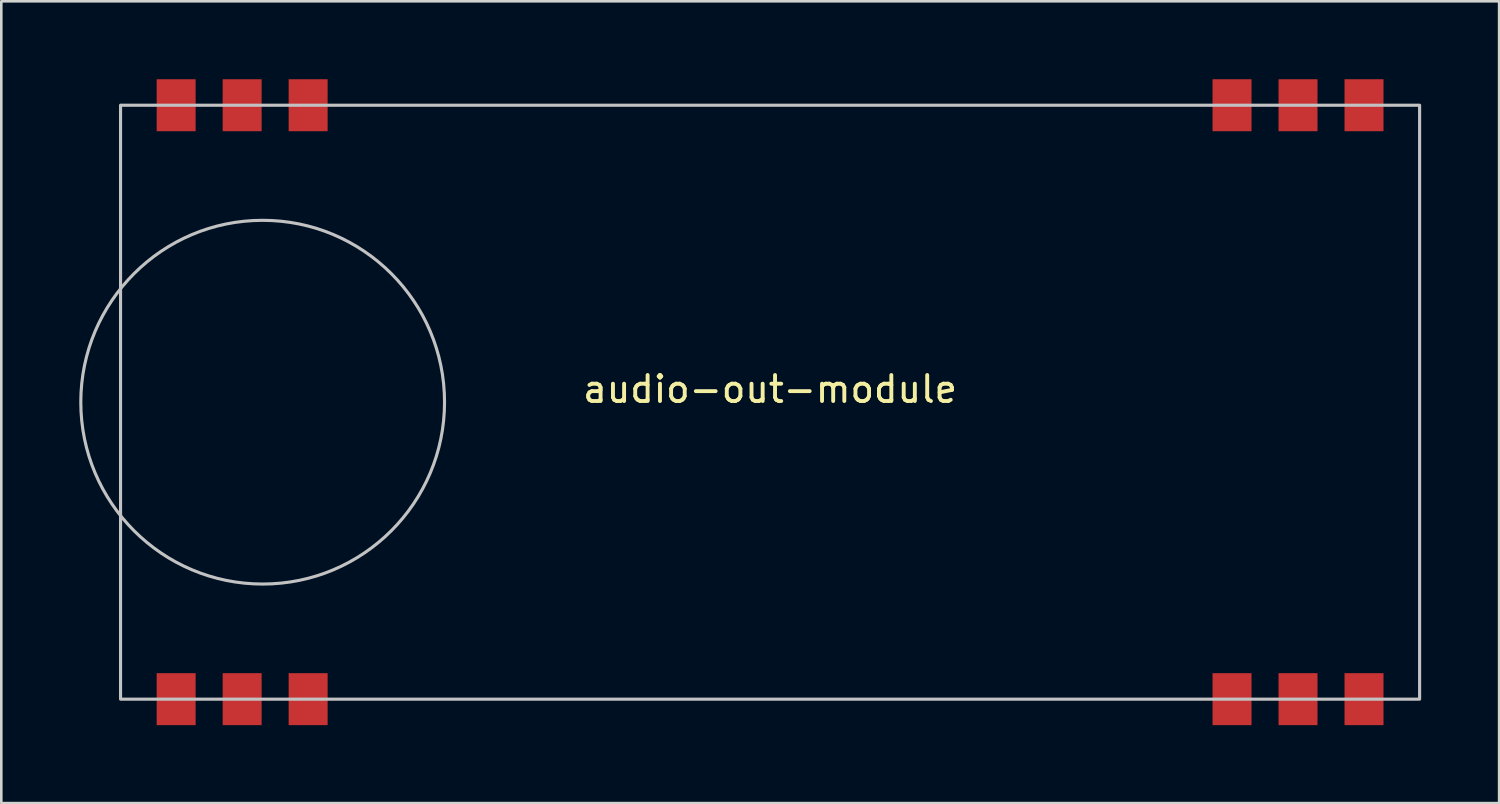
<source format=kicad_pcb>
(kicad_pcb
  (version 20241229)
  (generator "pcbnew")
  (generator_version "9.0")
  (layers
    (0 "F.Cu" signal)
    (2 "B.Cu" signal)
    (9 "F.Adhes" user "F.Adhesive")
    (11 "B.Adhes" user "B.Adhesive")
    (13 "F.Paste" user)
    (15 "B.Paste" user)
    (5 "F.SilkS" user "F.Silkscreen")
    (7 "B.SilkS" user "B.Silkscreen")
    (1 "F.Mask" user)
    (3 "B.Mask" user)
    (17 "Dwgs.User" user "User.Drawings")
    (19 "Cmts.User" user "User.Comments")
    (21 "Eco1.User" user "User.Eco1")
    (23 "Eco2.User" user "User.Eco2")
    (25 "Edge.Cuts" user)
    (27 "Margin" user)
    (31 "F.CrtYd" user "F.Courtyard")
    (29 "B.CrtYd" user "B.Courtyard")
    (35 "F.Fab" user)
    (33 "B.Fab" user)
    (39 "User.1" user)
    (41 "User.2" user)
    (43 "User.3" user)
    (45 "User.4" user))
  (footprint "audio-out-module"
    (layer "F.Cu")
    (at 26.59 12.43)
    (property "Reference" "audio-out-module" (at 0 -0.5 0) (unlocked yes) (layer "F.SilkS") (effects (font (size 1 1) (thickness 0.15))))
    (attr smd)
    (fp_rect (start -25 -11.43) (end 25 11.43) (stroke (width 0.12) (type default)) (fill no) (layer "Dwgs.User"))
    (fp_circle (center -19.53 0) (end -12.53 0) (stroke (width 0.12) (type default)) (fill no) (layer "Dwgs.User"))
    (pad "1" smd rect (at -22.86 11.43) (size 1.5 2) (layers "F.Cu" "F.Mask" "F.Paste"))
    (pad "2" smd rect (at -20.32 11.43) (size 1.5 2) (layers "F.Cu" "F.Mask" "F.Paste"))
    (pad "3" smd rect (at -17.78 11.43) (size 1.5 2) (layers "F.Cu" "F.Mask" "F.Paste"))
    (pad "4" smd rect (at 17.78 11.43) (size 1.5 2) (layers "F.Cu" "F.Mask" "F.Paste"))
    (pad "5" smd rect (at 20.32 11.43) (size 1.5 2) (layers "F.Cu" "F.Mask" "F.Paste"))
    (pad "6" smd rect (at 22.86 11.43) (size 1.5 2) (layers "F.Cu" "F.Mask" "F.Paste"))
    (pad "7" smd rect (at 22.86 -11.43) (size 1.5 2) (layers "F.Cu" "F.Mask" "F.Paste"))
    (pad "8" smd rect (at 20.32 -11.43) (size 1.5 2) (layers "F.Cu" "F.Mask" "F.Paste"))
    (pad "9" smd rect (at 17.78 -11.43) (size 1.5 2) (layers "F.Cu" "F.Mask" "F.Paste"))
    (pad "10" smd rect (at -17.78 -11.43) (size 1.5 2) (layers "F.Cu" "F.Mask" "F.Paste"))
    (pad "11" smd rect (at -20.32 -11.43) (size 1.5 2) (layers "F.Cu" "F.Mask" "F.Paste"))
    (pad "12" smd rect (at -22.86 -11.43) (size 1.5 2) (layers "F.Cu" "F.Mask" "F.Paste")))
  (gr_rect
    (start -3 -3)
    (end 54.65 27.86)
    (stroke (width 0.1) (type default))
    (fill no)
    (layer "Edge.Cuts")))
</source>
